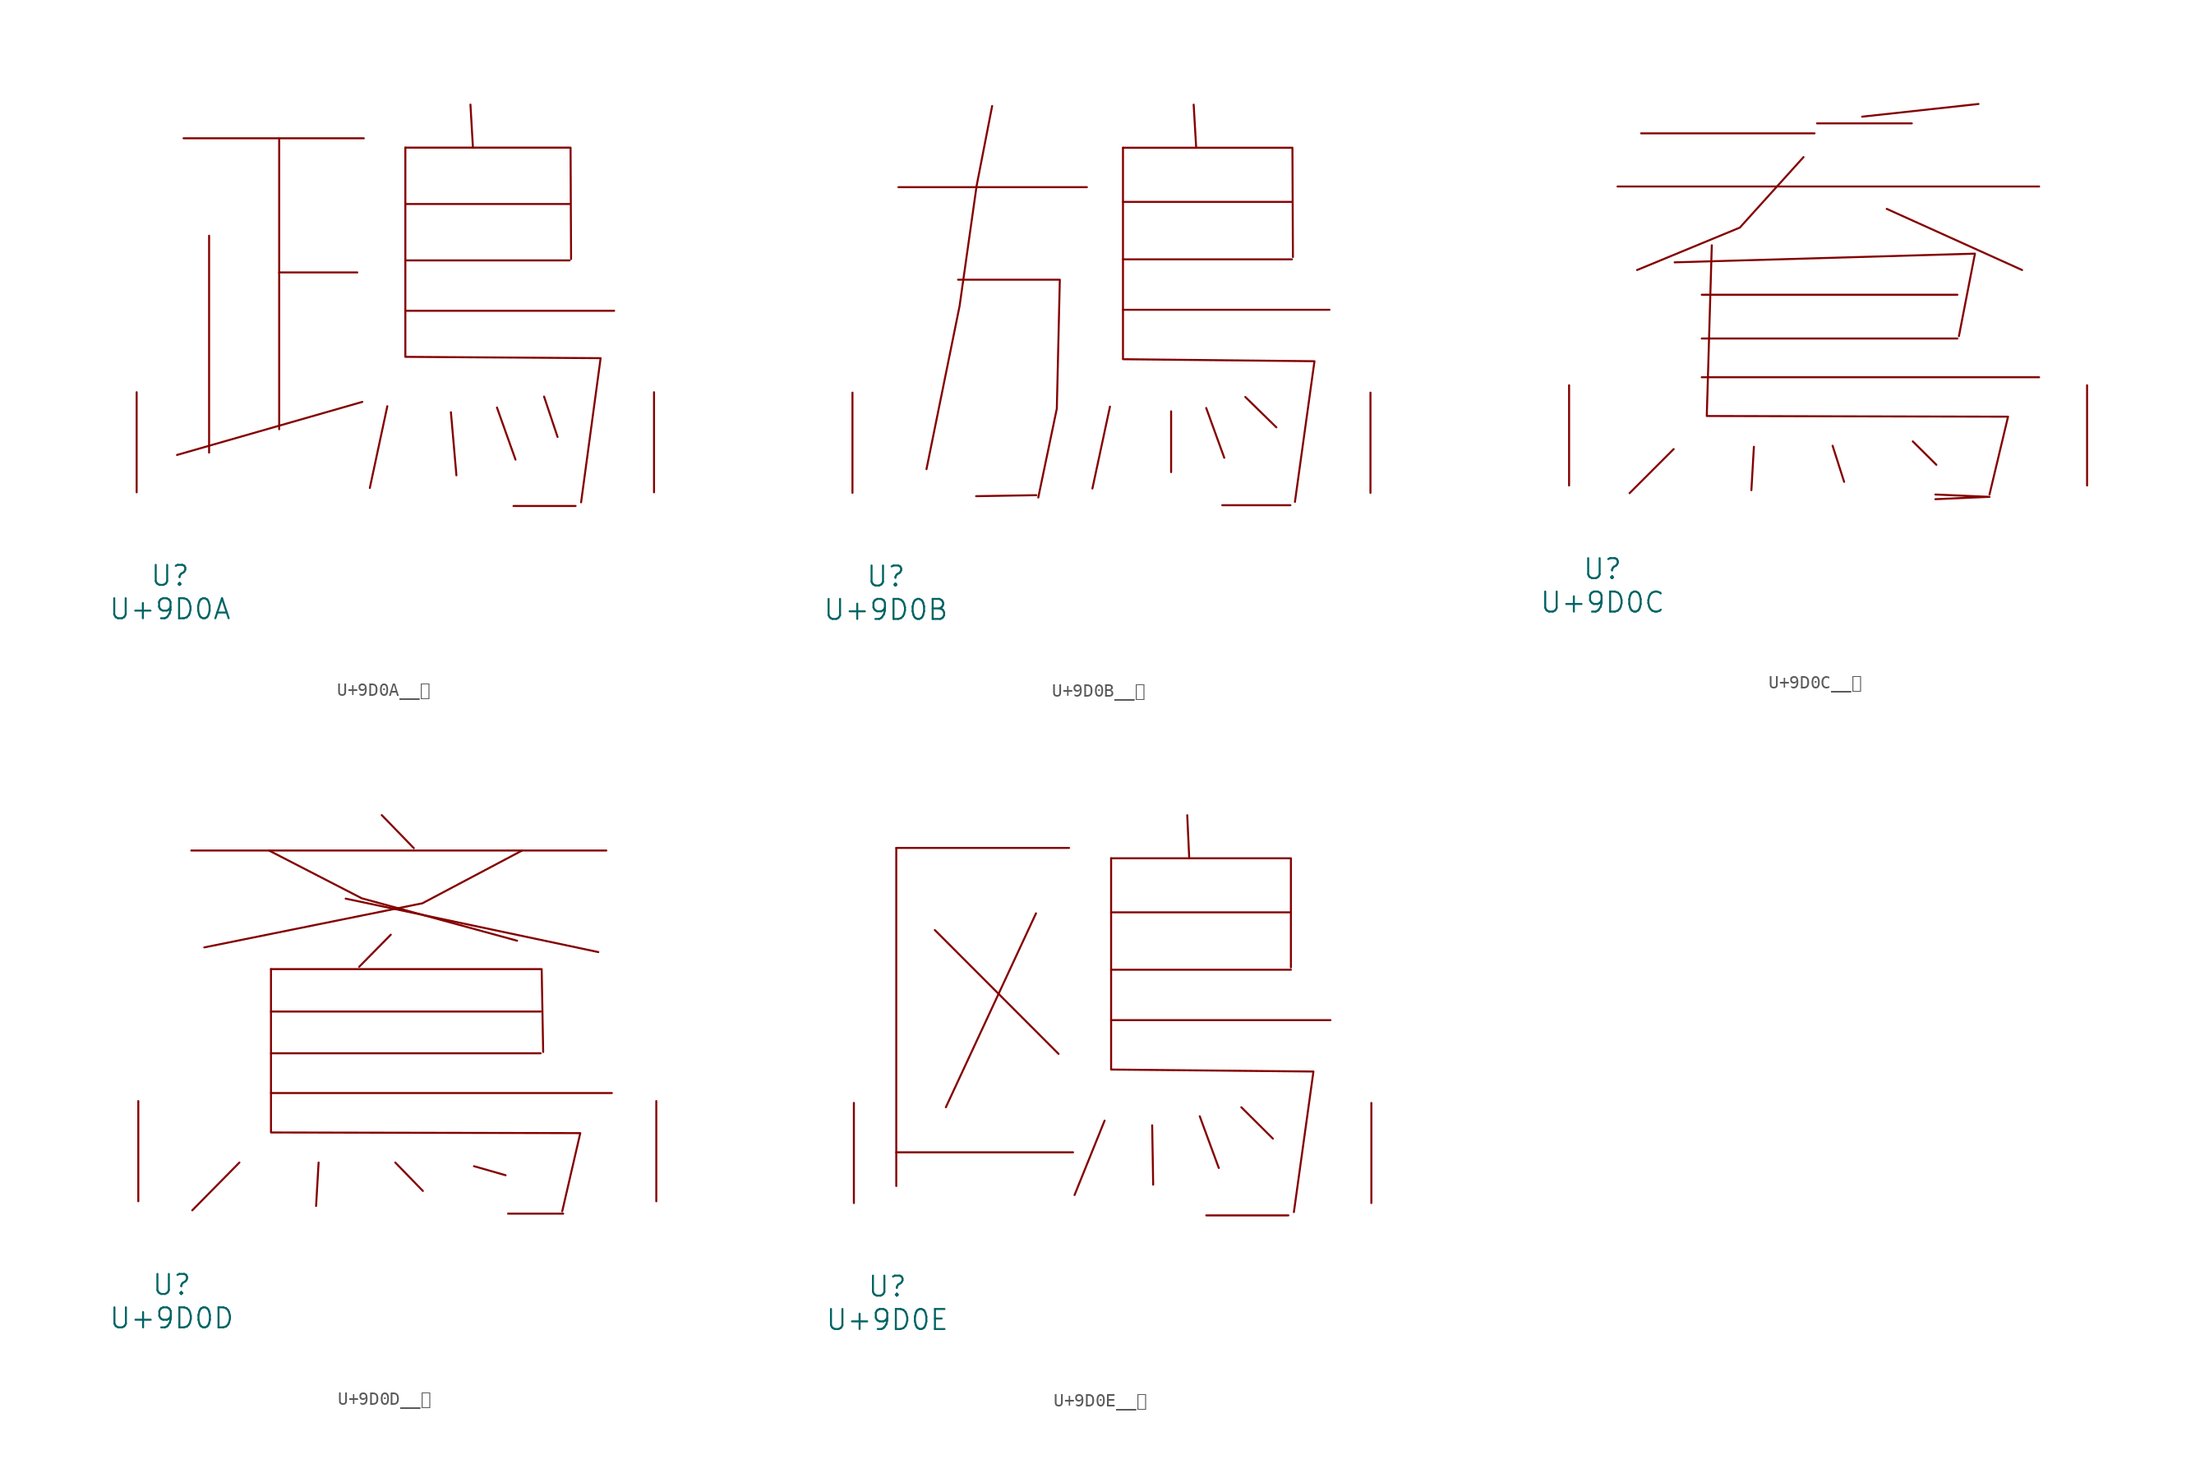
<source format=kicad_sym>
(kicad_symbol_lib
  (version 20231120)
  (generator "kicad_symbol_editor")
  (generator_version "8.0")
  (symbol "U+9D0A__鴊"
    (pin_names
      (offset 1.016))
    (property "Reference" "U"
      (at 0 -6.35 0)
      (effects (font (size 1.524 1.524))))
    (property "Value" "U+9D0A"
      (at 0 -8.89 0)
      (effects (font (size 1.524 1.524))))
    (symbol "U+9D0A__鴊_0_1"
      (polyline (pts (xy 1.029 26.949) (xy 14.745 26.949)) (stroke (width 0) (type solid)) (fill (type none)))
      (polyline (pts (xy 2.972 19.533) (xy 2.972 3.023)) (stroke (width 0) (type solid)) (fill (type none)))
      (polyline (pts (xy 8.306 16.739) (xy 14.249 16.739)) (stroke (width 0) (type solid)) (fill (type none)))
      (polyline (pts (xy 8.306 26.949) (xy 8.306 4.801)) (stroke (width 0) (type solid)) (fill (type none)))
      (polyline (pts (xy 14.63 6.883) (xy 0.533 2.845)) (stroke (width 0) (type solid)) (fill (type none)))
      (polyline (pts (xy 16.535 6.553) (xy 15.202 0.33)) (stroke (width 0) (type solid)) (fill (type none)))
      (polyline (pts (xy 17.907 13.818) (xy 33.795 13.818)) (stroke (width 0) (type solid)) (fill (type none)))
      (polyline (pts (xy 17.907 17.653) (xy 30.404 17.653)) (stroke (width 0) (type solid)) (fill (type none)))
      (polyline (pts (xy 17.907 21.946) (xy 30.404 21.946)) (stroke (width 0) (type solid)) (fill (type none)))
      (polyline (pts (xy 21.374 6.096) (xy 21.793 1.295)) (stroke (width 0) (type solid)) (fill (type none)))
      (polyline (pts (xy 22.86 29.515) (xy 23.05 26.238)) (stroke (width 0) (type solid)) (fill (type none)))
      (polyline (pts (xy 24.879 6.452) (xy 26.289 2.489)) (stroke (width 0) (type solid)) (fill (type none)))
      (polyline (pts (xy 26.137 -1.041) (xy 30.861 -1.041)) (stroke (width 0) (type solid)) (fill (type none)))
      (polyline (pts (xy 28.461 7.29) (xy 29.489 4.216)) (stroke (width 0) (type solid)) (fill (type none)))
      (polyline (pts (xy 17.907 26.238) (xy 30.48 26.238) (xy 30.518 17.755)) (stroke (width 0) (type solid)) (fill (type none)))
      (polyline (pts (xy 17.907 26.238) (xy 17.907 10.312) (xy 32.766 10.211) (xy 31.28 -0.762)) (stroke (width 0) (type solid)) (fill (type none)))
      (pin input line (at -2.54 0 90) (length 7.62) (name "~" (effects (font (size 1.27 1.27)))) (number "~" (effects (font (size 1.27 1.27)))))
      (pin input line (at 36.83 0 90) (length 7.62) (name "~" (effects (font (size 1.27 1.27)))) (number "~" (effects (font (size 1.27 1.27)))))))
  (symbol "U+9D0B__鴋"
    (pin_names
      (offset 1.016))
    (property "Reference" "U"
      (at 0 -6.35 0)
      (effects (font (size 1.524 1.524))))
    (property "Value" "U+9D0B"
      (at 0 -8.89 0)
      (effects (font (size 1.524 1.524))))
    (symbol "U+9D0B__鴋_0_1"
      (polyline (pts (xy 0.953 23.241) (xy 15.278 23.241)) (stroke (width 0) (type solid)) (fill (type none)))
      (polyline (pts (xy 11.43 -0.178) (xy 6.858 -0.254)) (stroke (width 0) (type solid)) (fill (type none)))
      (polyline (pts (xy 17.031 6.553) (xy 15.697 0.33)) (stroke (width 0) (type solid)) (fill (type none)))
      (polyline (pts (xy 18.021 13.919) (xy 33.718 13.919)) (stroke (width 0) (type solid)) (fill (type none)))
      (polyline (pts (xy 18.021 17.755) (xy 30.861 17.755)) (stroke (width 0) (type solid)) (fill (type none)))
      (polyline (pts (xy 18.021 22.123) (xy 30.861 22.123)) (stroke (width 0) (type solid)) (fill (type none)))
      (polyline (pts (xy 21.679 6.198) (xy 21.679 1.575)) (stroke (width 0) (type solid)) (fill (type none)))
      (polyline (pts (xy 23.393 29.515) (xy 23.584 26.238)) (stroke (width 0) (type solid)) (fill (type none)))
      (polyline (pts (xy 24.346 6.452) (xy 25.718 2.667)) (stroke (width 0) (type solid)) (fill (type none)))
      (polyline (pts (xy 25.565 -0.94) (xy 30.747 -0.94)) (stroke (width 0) (type solid)) (fill (type none)))
      (polyline (pts (xy 27.318 7.29) (xy 29.68 4.978)) (stroke (width 0) (type solid)) (fill (type none)))
      (polyline (pts (xy 18.021 26.238) (xy 30.899 26.238) (xy 30.937 17.932)) (stroke (width 0) (type solid)) (fill (type none)))
      (polyline (pts (xy 5.486 16.205) (xy 13.221 16.205) (xy 12.992 6.401) (xy 11.582 -0.356)) (stroke (width 0) (type solid)) (fill (type none)))
      (polyline (pts (xy 8.077 29.413) (xy 6.896 23.343) (xy 5.601 14.199) (xy 3.086 1.803)) (stroke (width 0) (type solid)) (fill (type none)))
      (polyline (pts (xy 18.021 26.238) (xy 18.021 10.16) (xy 32.575 10.008) (xy 31.09 -0.686)) (stroke (width 0) (type solid)) (fill (type none)))
      (pin input line (at -2.54 0 90) (length 7.62) (name "~" (effects (font (size 1.27 1.27)))) (number "~" (effects (font (size 1.27 1.27)))))
      (pin input line (at 36.83 0 90) (length 7.62) (name "~" (effects (font (size 1.27 1.27)))) (number "~" (effects (font (size 1.27 1.27)))))))
  (symbol "U+9D0C__鴌"
    (pin_names
      (offset 1.016))
    (property "Reference" "U"
      (at 0 -6.35 0)
      (effects (font (size 1.524 1.524))))
    (property "Value" "U+9D0C"
      (at 0 -8.89 0)
      (effects (font (size 1.524 1.524))))
    (symbol "U+9D0C__鴌_0_1"
      (polyline (pts (xy 1.143 22.733) (xy 33.185 22.733)) (stroke (width 0) (type solid)) (fill (type none)))
      (polyline (pts (xy 2.934 26.772) (xy 16.116 26.772)) (stroke (width 0) (type solid)) (fill (type none)))
      (polyline (pts (xy 5.41 2.769) (xy 2.057 -0.584)) (stroke (width 0) (type solid)) (fill (type none)))
      (polyline (pts (xy 7.544 8.23) (xy 33.185 8.23)) (stroke (width 0) (type solid)) (fill (type none)))
      (polyline (pts (xy 7.544 11.176) (xy 26.975 11.176)) (stroke (width 0) (type solid)) (fill (type none)))
      (polyline (pts (xy 7.544 14.503) (xy 26.975 14.503)) (stroke (width 0) (type solid)) (fill (type none)))
      (polyline (pts (xy 11.506 2.946) (xy 11.316 -0.356)) (stroke (width 0) (type solid)) (fill (type none)))
      (polyline (pts (xy 16.307 27.534) (xy 23.508 27.534)) (stroke (width 0) (type solid)) (fill (type none)))
      (polyline (pts (xy 17.488 3.023) (xy 18.364 0.279)) (stroke (width 0) (type solid)) (fill (type none)))
      (polyline (pts (xy 21.603 21.031) (xy 31.89 16.383)) (stroke (width 0) (type solid)) (fill (type none)))
      (polyline (pts (xy 23.584 3.353) (xy 25.375 1.575)) (stroke (width 0) (type solid)) (fill (type none)))
      (polyline (pts (xy 28.575 29.007) (xy 19.736 28.042)) (stroke (width 0) (type solid)) (fill (type none)))
      (polyline (pts (xy 5.486 16.967) (xy 28.308 17.628) (xy 27.089 11.354)) (stroke (width 0) (type solid)) (fill (type none)))
      (polyline (pts (xy 15.278 24.968) (xy 10.439 19.609) (xy 2.629 16.383)) (stroke (width 0) (type solid)) (fill (type none)))
      (polyline (pts (xy 25.298 -1.041) (xy 29.413 -0.864) (xy 25.298 -0.686)) (stroke (width 0) (type solid)) (fill (type none)))
      (polyline (pts (xy 8.306 18.263) (xy 7.925 5.283) (xy 30.823 5.232) (xy 29.413 -0.686)) (stroke (width 0) (type solid)) (fill (type none)))
      (pin input line (at -2.54 0 90) (length 7.62) (name "~" (effects (font (size 1.27 1.27)))) (number "~" (effects (font (size 1.27 1.27)))))
      (pin input line (at 36.83 0 90) (length 7.62) (name "~" (effects (font (size 1.27 1.27)))) (number "~" (effects (font (size 1.27 1.27)))))))
  (symbol "U+9D0D__鴍"
    (pin_names
      (offset 1.016))
    (property "Reference" "U"
      (at 0 -6.35 0)
      (effects (font (size 1.524 1.524))))
    (property "Value" "U+9D0D"
      (at 0 -8.89 0)
      (effects (font (size 1.524 1.524))))
    (symbol "U+9D0D__鴍_0_1"
      (polyline (pts (xy 1.486 26.67) (xy 33.033 26.67)) (stroke (width 0) (type solid)) (fill (type none)))
      (polyline (pts (xy 5.144 2.946) (xy 1.562 -0.686)) (stroke (width 0) (type solid)) (fill (type none)))
      (polyline (pts (xy 7.544 8.23) (xy 33.452 8.23)) (stroke (width 0) (type solid)) (fill (type none)))
      (polyline (pts (xy 7.544 11.252) (xy 28.042 11.252)) (stroke (width 0) (type solid)) (fill (type none)))
      (polyline (pts (xy 7.544 14.427) (xy 28.042 14.427)) (stroke (width 0) (type solid)) (fill (type none)))
      (polyline (pts (xy 11.163 2.946) (xy 10.973 -0.356)) (stroke (width 0) (type solid)) (fill (type none)))
      (polyline (pts (xy 13.221 23.012) (xy 32.423 18.948)) (stroke (width 0) (type solid)) (fill (type none)))
      (polyline (pts (xy 15.964 29.362) (xy 18.402 26.848)) (stroke (width 0) (type solid)) (fill (type none)))
      (polyline (pts (xy 16.65 20.269) (xy 14.249 17.831)) (stroke (width 0) (type solid)) (fill (type none)))
      (polyline (pts (xy 16.993 2.946) (xy 19.088 0.787)) (stroke (width 0) (type solid)) (fill (type none)))
      (polyline (pts (xy 22.974 2.667) (xy 25.375 1.981)) (stroke (width 0) (type solid)) (fill (type none)))
      (polyline (pts (xy 25.565 -0.94) (xy 29.756 -0.94)) (stroke (width 0) (type solid)) (fill (type none)))
      (polyline (pts (xy 7.391 26.67) (xy 14.44 23.038) (xy 26.251 19.812)) (stroke (width 0) (type solid)) (fill (type none)))
      (polyline (pts (xy 7.544 17.653) (xy 28.118 17.653) (xy 28.232 11.354)) (stroke (width 0) (type solid)) (fill (type none)))
      (polyline (pts (xy 26.632 26.67) (xy 19.05 22.657) (xy 2.477 19.304)) (stroke (width 0) (type solid)) (fill (type none)))
      (polyline (pts (xy 7.544 17.653) (xy 7.544 5.232) (xy 31.052 5.182) (xy 29.68 -0.762)) (stroke (width 0) (type solid)) (fill (type none)))
      (pin input line (at -2.54 0 90) (length 7.62) (name "~" (effects (font (size 1.27 1.27)))) (number "~" (effects (font (size 1.27 1.27)))))
      (pin input line (at 36.83 0 90) (length 7.62) (name "~" (effects (font (size 1.27 1.27)))) (number "~" (effects (font (size 1.27 1.27)))))))
  (symbol "U+9D0E__鴎"
    (pin_names
      (offset 1.016))
    (property "Reference" "U"
      (at 0 -6.35 0)
      (effects (font (size 1.524 1.524))))
    (property "Value" "U+9D0E"
      (at 0 -8.89 0)
      (effects (font (size 1.524 1.524))))
    (symbol "U+9D0E__鴎_0_1"
      (polyline (pts (xy 0.686 3.861) (xy 14.135 3.861)) (stroke (width 0) (type solid)) (fill (type none)))
      (polyline (pts (xy 0.686 27.026) (xy 0.686 1.295)) (stroke (width 0) (type solid)) (fill (type none)))
      (polyline (pts (xy 0.686 27.026) (xy 13.83 27.026)) (stroke (width 0) (type solid)) (fill (type none)))
      (polyline (pts (xy 3.619 20.777) (xy 13.03 11.354)) (stroke (width 0) (type solid)) (fill (type none)))
      (polyline (pts (xy 11.316 22.047) (xy 4.458 7.29)) (stroke (width 0) (type solid)) (fill (type none)))
      (polyline (pts (xy 16.535 6.274) (xy 14.249 0.61)) (stroke (width 0) (type solid)) (fill (type none)))
      (polyline (pts (xy 17.031 13.919) (xy 33.718 13.919)) (stroke (width 0) (type solid)) (fill (type none)))
      (polyline (pts (xy 17.031 17.755) (xy 30.709 17.755)) (stroke (width 0) (type solid)) (fill (type none)))
      (polyline (pts (xy 17.031 22.123) (xy 30.709 22.123)) (stroke (width 0) (type solid)) (fill (type none)))
      (polyline (pts (xy 20.155 5.918) (xy 20.231 1.397)) (stroke (width 0) (type solid)) (fill (type none)))
      (polyline (pts (xy 22.822 29.515) (xy 22.974 26.238)) (stroke (width 0) (type solid)) (fill (type none)))
      (polyline (pts (xy 23.774 6.604) (xy 25.222 2.667)) (stroke (width 0) (type solid)) (fill (type none)))
      (polyline (pts (xy 24.27 -0.94) (xy 30.518 -0.94)) (stroke (width 0) (type solid)) (fill (type none)))
      (polyline (pts (xy 26.937 7.29) (xy 29.337 4.902)) (stroke (width 0) (type solid)) (fill (type none)))
      (polyline (pts (xy 17.031 26.238) (xy 30.709 26.238) (xy 30.709 17.932)) (stroke (width 0) (type solid)) (fill (type none)))
      (polyline (pts (xy 17.031 26.238) (xy 17.031 10.16) (xy 32.423 10.008) (xy 30.937 -0.686)) (stroke (width 0) (type solid)) (fill (type none)))
      (pin input line (at -2.54 0 90) (length 7.62) (name "~" (effects (font (size 1.27 1.27)))) (number "~" (effects (font (size 1.27 1.27)))))
      (pin input line (at 36.83 0 90) (length 7.62) (name "~" (effects (font (size 1.27 1.27)))) (number "~" (effects (font (size 1.27 1.27))))))))
</source>
